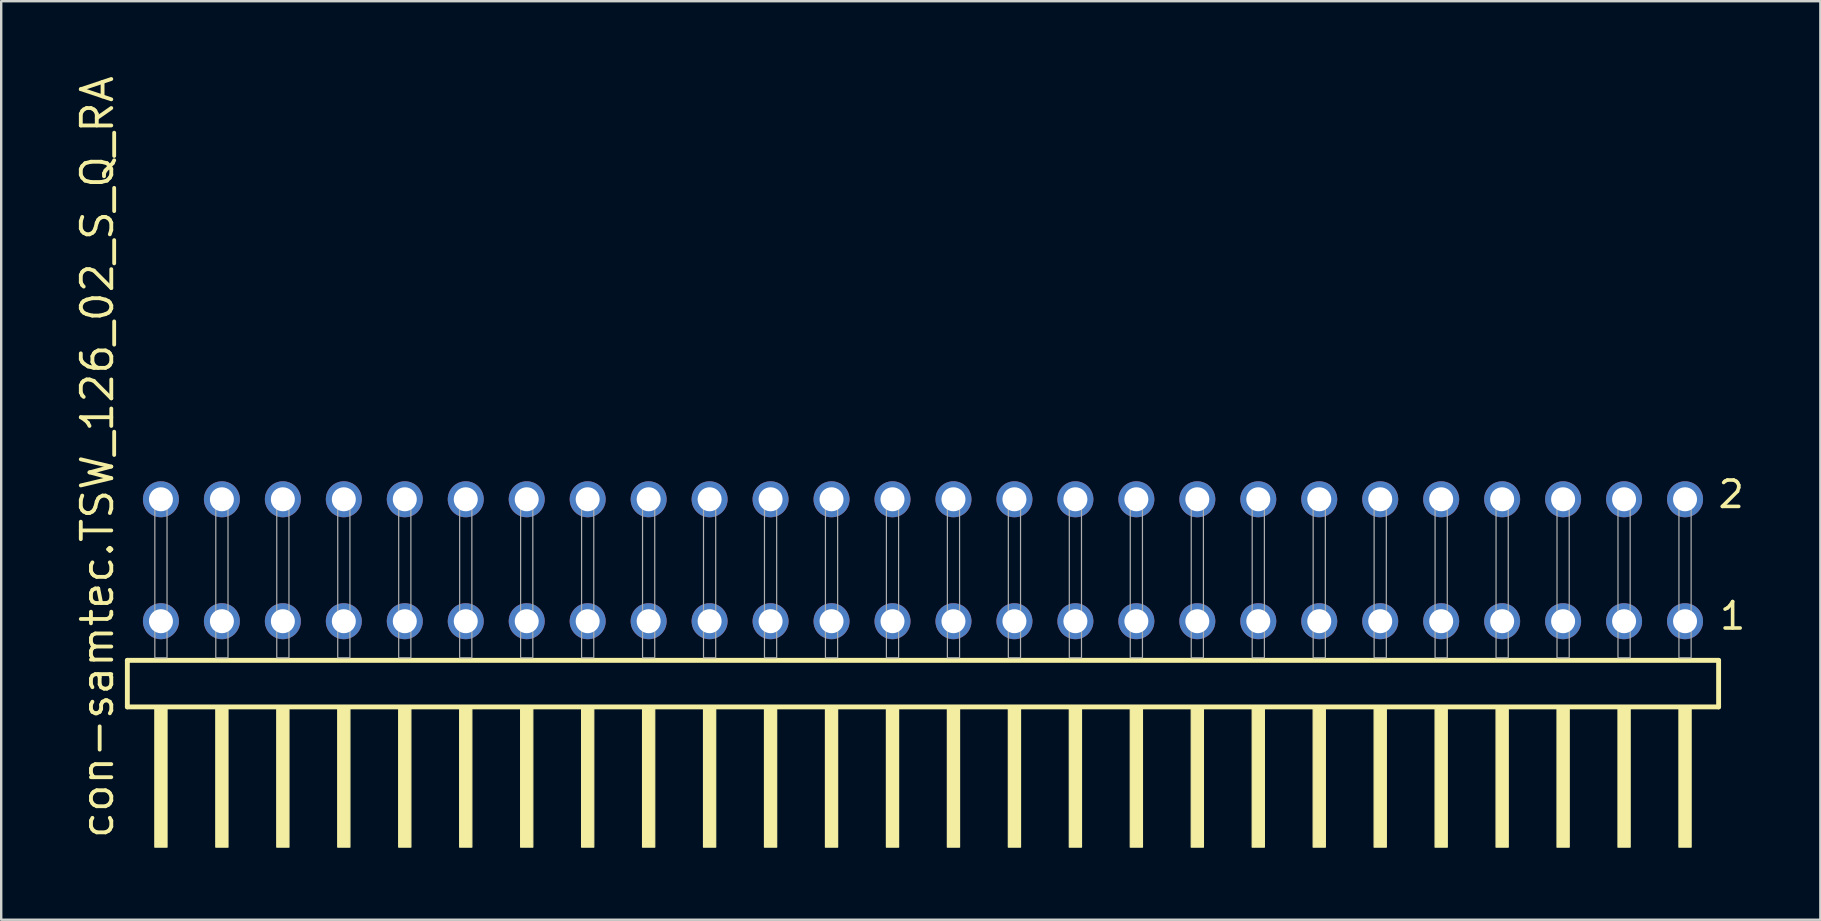
<source format=kicad_pcb>
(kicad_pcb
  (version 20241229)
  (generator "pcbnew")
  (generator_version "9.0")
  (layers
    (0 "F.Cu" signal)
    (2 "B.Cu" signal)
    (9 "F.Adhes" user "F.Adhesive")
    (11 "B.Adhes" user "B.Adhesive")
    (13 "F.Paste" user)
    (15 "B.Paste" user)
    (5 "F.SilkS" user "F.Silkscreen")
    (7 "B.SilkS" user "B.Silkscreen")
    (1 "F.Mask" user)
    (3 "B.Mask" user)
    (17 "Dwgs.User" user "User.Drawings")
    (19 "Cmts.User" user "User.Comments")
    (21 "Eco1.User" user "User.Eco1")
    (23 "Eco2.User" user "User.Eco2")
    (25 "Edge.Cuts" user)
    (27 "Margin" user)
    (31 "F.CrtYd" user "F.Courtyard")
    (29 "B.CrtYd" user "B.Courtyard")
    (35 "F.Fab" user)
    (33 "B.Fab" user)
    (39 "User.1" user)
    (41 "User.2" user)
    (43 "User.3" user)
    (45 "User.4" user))
  (footprint "con-samtec.TSW_126_02_S_Q_RA"
    (layer "F.Cu")
    (at 35.405 24.356)
    (property "Reference" "con-samtec.TSW_126_02_S_Q_RA" (at -33.655 7.62 90) (layer "F.SilkS") (effects (font (size 1.27 1.27) (thickness 0.16)) (justify left bottom)))
    (attr through_hole)
    (fp_line (start -33.149 0.106) (end -33.149 2.046) (stroke (width 0.203) (type default)) (layer "F.SilkS"))
    (fp_line (start -33.149 2.046) (end 33.149 2.046) (stroke (width 0.203) (type default)) (layer "F.SilkS"))
    (fp_line (start 33.149 0.106) (end -33.149 0.106) (stroke (width 0.203) (type default)) (layer "F.SilkS"))
    (fp_line (start 33.149 2.046) (end 33.149 0.106) (stroke (width 0.203) (type default)) (layer "F.SilkS"))
    (fp_rect (start -32.004 7.89) (end -31.496 2.04) (stroke (width 0.05) (type default)) (fill yes) (layer "F.SilkS"))
    (fp_rect (start -29.464 7.89) (end -28.956 2.04) (stroke (width 0.05) (type default)) (fill yes) (layer "F.SilkS"))
    (fp_rect (start -26.924 7.89) (end -26.416 2.04) (stroke (width 0.05) (type default)) (fill yes) (layer "F.SilkS"))
    (fp_rect (start -24.384 7.89) (end -23.876 2.04) (stroke (width 0.05) (type default)) (fill yes) (layer "F.SilkS"))
    (fp_rect (start -21.844 7.89) (end -21.336 2.04) (stroke (width 0.05) (type default)) (fill yes) (layer "F.SilkS"))
    (fp_rect (start -19.304 7.89) (end -18.796 2.04) (stroke (width 0.05) (type default)) (fill yes) (layer "F.SilkS"))
    (fp_rect (start -16.764 7.89) (end -16.256 2.04) (stroke (width 0.05) (type default)) (fill yes) (layer "F.SilkS"))
    (fp_rect (start -14.224 7.89) (end -13.716 2.04) (stroke (width 0.05) (type default)) (fill yes) (layer "F.SilkS"))
    (fp_rect (start -11.684 7.89) (end -11.176 2.04) (stroke (width 0.05) (type default)) (fill yes) (layer "F.SilkS"))
    (fp_rect (start -9.144 7.89) (end -8.636 2.04) (stroke (width 0.05) (type default)) (fill yes) (layer "F.SilkS"))
    (fp_rect (start -6.604 7.89) (end -6.096 2.04) (stroke (width 0.05) (type default)) (fill yes) (layer "F.SilkS"))
    (fp_rect (start -4.064 7.89) (end -3.556 2.04) (stroke (width 0.05) (type default)) (fill yes) (layer "F.SilkS"))
    (fp_rect (start -1.524 7.89) (end -1.016 2.04) (stroke (width 0.05) (type default)) (fill yes) (layer "F.SilkS"))
    (fp_rect (start 1.016 7.89) (end 1.524 2.04) (stroke (width 0.05) (type default)) (fill yes) (layer "F.SilkS"))
    (fp_rect (start 3.556 7.89) (end 4.064 2.04) (stroke (width 0.05) (type default)) (fill yes) (layer "F.SilkS"))
    (fp_rect (start 6.096 7.89) (end 6.604 2.04) (stroke (width 0.05) (type default)) (fill yes) (layer "F.SilkS"))
    (fp_rect (start 8.636 7.89) (end 9.144 2.04) (stroke (width 0.05) (type default)) (fill yes) (layer "F.SilkS"))
    (fp_rect (start 11.176 7.89) (end 11.684 2.04) (stroke (width 0.05) (type default)) (fill yes) (layer "F.SilkS"))
    (fp_rect (start 13.716 7.89) (end 14.224 2.04) (stroke (width 0.05) (type default)) (fill yes) (layer "F.SilkS"))
    (fp_rect (start 16.256 7.89) (end 16.764 2.04) (stroke (width 0.05) (type default)) (fill yes) (layer "F.SilkS"))
    (fp_rect (start 18.796 7.89) (end 19.304 2.04) (stroke (width 0.05) (type default)) (fill yes) (layer "F.SilkS"))
    (fp_rect (start 21.336 7.89) (end 21.844 2.04) (stroke (width 0.05) (type default)) (fill yes) (layer "F.SilkS"))
    (fp_rect (start 23.876 7.89) (end 24.384 2.04) (stroke (width 0.05) (type default)) (fill yes) (layer "F.SilkS"))
    (fp_rect (start 26.416 7.89) (end 26.924 2.04) (stroke (width 0.05) (type default)) (fill yes) (layer "F.SilkS"))
    (fp_rect (start 28.956 7.89) (end 29.464 2.04) (stroke (width 0.05) (type default)) (fill yes) (layer "F.SilkS"))
    (fp_rect (start 31.496 7.89) (end 32.004 2.04) (stroke (width 0.05) (type default)) (fill yes) (layer "F.SilkS"))
    (fp_rect (start -32.004 0) (end -31.496 -6.858) (stroke (width 0.05) (type default)) (fill no) (layer "F.Fab"))
    (fp_rect (start -29.464 0) (end -28.956 -6.858) (stroke (width 0.05) (type default)) (fill no) (layer "F.Fab"))
    (fp_rect (start -26.924 0) (end -26.416 -6.858) (stroke (width 0.05) (type default)) (fill no) (layer "F.Fab"))
    (fp_rect (start -24.384 0) (end -23.876 -6.858) (stroke (width 0.05) (type default)) (fill no) (layer "F.Fab"))
    (fp_rect (start -21.844 0) (end -21.336 -6.858) (stroke (width 0.05) (type default)) (fill no) (layer "F.Fab"))
    (fp_rect (start -19.304 0) (end -18.796 -6.858) (stroke (width 0.05) (type default)) (fill no) (layer "F.Fab"))
    (fp_rect (start -16.764 0) (end -16.256 -6.858) (stroke (width 0.05) (type default)) (fill no) (layer "F.Fab"))
    (fp_rect (start -14.224 0) (end -13.716 -6.858) (stroke (width 0.05) (type default)) (fill no) (layer "F.Fab"))
    (fp_rect (start -11.684 0) (end -11.176 -6.858) (stroke (width 0.05) (type default)) (fill no) (layer "F.Fab"))
    (fp_rect (start -9.144 0) (end -8.636 -6.858) (stroke (width 0.05) (type default)) (fill no) (layer "F.Fab"))
    (fp_rect (start -6.604 0) (end -6.096 -6.858) (stroke (width 0.05) (type default)) (fill no) (layer "F.Fab"))
    (fp_rect (start -4.064 0) (end -3.556 -6.858) (stroke (width 0.05) (type default)) (fill no) (layer "F.Fab"))
    (fp_rect (start -1.524 0) (end -1.016 -6.858) (stroke (width 0.05) (type default)) (fill no) (layer "F.Fab"))
    (fp_rect (start 1.016 0) (end 1.524 -6.858) (stroke (width 0.05) (type default)) (fill no) (layer "F.Fab"))
    (fp_rect (start 3.556 0) (end 4.064 -6.858) (stroke (width 0.05) (type default)) (fill no) (layer "F.Fab"))
    (fp_rect (start 6.096 0) (end 6.604 -6.858) (stroke (width 0.05) (type default)) (fill no) (layer "F.Fab"))
    (fp_rect (start 8.636 0) (end 9.144 -6.858) (stroke (width 0.05) (type default)) (fill no) (layer "F.Fab"))
    (fp_rect (start 11.176 0) (end 11.684 -6.858) (stroke (width 0.05) (type default)) (fill no) (layer "F.Fab"))
    (fp_rect (start 13.716 0) (end 14.224 -6.858) (stroke (width 0.05) (type default)) (fill no) (layer "F.Fab"))
    (fp_rect (start 16.256 0) (end 16.764 -6.858) (stroke (width 0.05) (type default)) (fill no) (layer "F.Fab"))
    (fp_rect (start 18.796 0) (end 19.304 -6.858) (stroke (width 0.05) (type default)) (fill no) (layer "F.Fab"))
    (fp_rect (start 21.336 0) (end 21.844 -6.858) (stroke (width 0.05) (type default)) (fill no) (layer "F.Fab"))
    (fp_rect (start 23.876 0) (end 24.384 -6.858) (stroke (width 0.05) (type default)) (fill no) (layer "F.Fab"))
    (fp_rect (start 26.416 0) (end 26.924 -6.858) (stroke (width 0.05) (type default)) (fill no) (layer "F.Fab"))
    (fp_rect (start 28.956 0) (end 29.464 -6.858) (stroke (width 0.05) (type default)) (fill no) (layer "F.Fab"))
    (fp_rect (start 31.496 0) (end 32.004 -6.858) (stroke (width 0.05) (type default)) (fill no) (layer "F.Fab"))
    (fp_text user "2" (at 33.05 -6.165 0) (layer "F.SilkS") (effects (font (size 1.1 1.1) (thickness 0.15)) (justify left bottom)))
    (fp_text user "1" (at 33.11 -1.1 0) (layer "F.SilkS") (effects (font (size 1.1 1.1) (thickness 0.15)) (justify left bottom)))
    (pad "1" thru_hole circle (at 31.75 -1.524 180) (size 1.5 1.5) (drill 1) (layers "*.Cu" "*.Mask"))
    (pad "2" thru_hole circle (at 31.75 -6.604 180) (size 1.5 1.5) (drill 1) (layers "*.Cu" "*.Mask"))
    (pad "3" thru_hole circle (at 29.21 -1.524 180) (size 1.5 1.5) (drill 1) (layers "*.Cu" "*.Mask"))
    (pad "4" thru_hole circle (at 29.21 -6.604 180) (size 1.5 1.5) (drill 1) (layers "*.Cu" "*.Mask"))
    (pad "5" thru_hole circle (at 26.67 -1.524 180) (size 1.5 1.5) (drill 1) (layers "*.Cu" "*.Mask"))
    (pad "6" thru_hole circle (at 26.67 -6.604 180) (size 1.5 1.5) (drill 1) (layers "*.Cu" "*.Mask"))
    (pad "7" thru_hole circle (at 24.13 -1.524 180) (size 1.5 1.5) (drill 1) (layers "*.Cu" "*.Mask"))
    (pad "8" thru_hole circle (at 24.13 -6.604 180) (size 1.5 1.5) (drill 1) (layers "*.Cu" "*.Mask"))
    (pad "9" thru_hole circle (at 21.59 -1.524 180) (size 1.5 1.5) (drill 1) (layers "*.Cu" "*.Mask"))
    (pad "10" thru_hole circle (at 21.59 -6.604 180) (size 1.5 1.5) (drill 1) (layers "*.Cu" "*.Mask"))
    (pad "11" thru_hole circle (at 19.05 -1.524 180) (size 1.5 1.5) (drill 1) (layers "*.Cu" "*.Mask"))
    (pad "12" thru_hole circle (at 19.05 -6.604 180) (size 1.5 1.5) (drill 1) (layers "*.Cu" "*.Mask"))
    (pad "13" thru_hole circle (at 16.51 -1.524 180) (size 1.5 1.5) (drill 1) (layers "*.Cu" "*.Mask"))
    (pad "14" thru_hole circle (at 16.51 -6.604 180) (size 1.5 1.5) (drill 1) (layers "*.Cu" "*.Mask"))
    (pad "15" thru_hole circle (at 13.97 -1.524 180) (size 1.5 1.5) (drill 1) (layers "*.Cu" "*.Mask"))
    (pad "16" thru_hole circle (at 13.97 -6.604 180) (size 1.5 1.5) (drill 1) (layers "*.Cu" "*.Mask"))
    (pad "17" thru_hole circle (at 11.43 -1.524 180) (size 1.5 1.5) (drill 1) (layers "*.Cu" "*.Mask"))
    (pad "18" thru_hole circle (at 11.43 -6.604 180) (size 1.5 1.5) (drill 1) (layers "*.Cu" "*.Mask"))
    (pad "19" thru_hole circle (at 8.89 -1.524 180) (size 1.5 1.5) (drill 1) (layers "*.Cu" "*.Mask"))
    (pad "20" thru_hole circle (at 8.89 -6.604 180) (size 1.5 1.5) (drill 1) (layers "*.Cu" "*.Mask"))
    (pad "21" thru_hole circle (at 6.35 -1.524 180) (size 1.5 1.5) (drill 1) (layers "*.Cu" "*.Mask"))
    (pad "22" thru_hole circle (at 6.35 -6.604 180) (size 1.5 1.5) (drill 1) (layers "*.Cu" "*.Mask"))
    (pad "23" thru_hole circle (at 3.81 -1.524 180) (size 1.5 1.5) (drill 1) (layers "*.Cu" "*.Mask"))
    (pad "24" thru_hole circle (at 3.81 -6.604 180) (size 1.5 1.5) (drill 1) (layers "*.Cu" "*.Mask"))
    (pad "25" thru_hole circle (at 1.27 -1.524 180) (size 1.5 1.5) (drill 1) (layers "*.Cu" "*.Mask"))
    (pad "26" thru_hole circle (at 1.27 -6.604 180) (size 1.5 1.5) (drill 1) (layers "*.Cu" "*.Mask"))
    (pad "27" thru_hole circle (at -1.27 -1.524 180) (size 1.5 1.5) (drill 1) (layers "*.Cu" "*.Mask"))
    (pad "28" thru_hole circle (at -1.27 -6.604 180) (size 1.5 1.5) (drill 1) (layers "*.Cu" "*.Mask"))
    (pad "29" thru_hole circle (at -3.81 -1.524 180) (size 1.5 1.5) (drill 1) (layers "*.Cu" "*.Mask"))
    (pad "30" thru_hole circle (at -3.81 -6.604 180) (size 1.5 1.5) (drill 1) (layers "*.Cu" "*.Mask"))
    (pad "31" thru_hole circle (at -6.35 -1.524 180) (size 1.5 1.5) (drill 1) (layers "*.Cu" "*.Mask"))
    (pad "32" thru_hole circle (at -6.35 -6.604 180) (size 1.5 1.5) (drill 1) (layers "*.Cu" "*.Mask"))
    (pad "33" thru_hole circle (at -8.89 -1.524 180) (size 1.5 1.5) (drill 1) (layers "*.Cu" "*.Mask"))
    (pad "34" thru_hole circle (at -8.89 -6.604 180) (size 1.5 1.5) (drill 1) (layers "*.Cu" "*.Mask"))
    (pad "35" thru_hole circle (at -11.43 -1.524 180) (size 1.5 1.5) (drill 1) (layers "*.Cu" "*.Mask"))
    (pad "36" thru_hole circle (at -11.43 -6.604 180) (size 1.5 1.5) (drill 1) (layers "*.Cu" "*.Mask"))
    (pad "37" thru_hole circle (at -13.97 -1.524 180) (size 1.5 1.5) (drill 1) (layers "*.Cu" "*.Mask"))
    (pad "38" thru_hole circle (at -13.97 -6.604 180) (size 1.5 1.5) (drill 1) (layers "*.Cu" "*.Mask"))
    (pad "39" thru_hole circle (at -16.51 -1.524 180) (size 1.5 1.5) (drill 1) (layers "*.Cu" "*.Mask"))
    (pad "40" thru_hole circle (at -16.51 -6.604 180) (size 1.5 1.5) (drill 1) (layers "*.Cu" "*.Mask"))
    (pad "41" thru_hole circle (at -19.05 -1.524 180) (size 1.5 1.5) (drill 1) (layers "*.Cu" "*.Mask"))
    (pad "42" thru_hole circle (at -19.05 -6.604 180) (size 1.5 1.5) (drill 1) (layers "*.Cu" "*.Mask"))
    (pad "43" thru_hole circle (at -21.59 -1.524 180) (size 1.5 1.5) (drill 1) (layers "*.Cu" "*.Mask"))
    (pad "44" thru_hole circle (at -21.59 -6.604 180) (size 1.5 1.5) (drill 1) (layers "*.Cu" "*.Mask"))
    (pad "45" thru_hole circle (at -24.13 -1.524 180) (size 1.5 1.5) (drill 1) (layers "*.Cu" "*.Mask"))
    (pad "46" thru_hole circle (at -24.13 -6.604 180) (size 1.5 1.5) (drill 1) (layers "*.Cu" "*.Mask"))
    (pad "47" thru_hole circle (at -26.67 -1.524 180) (size 1.5 1.5) (drill 1) (layers "*.Cu" "*.Mask"))
    (pad "48" thru_hole circle (at -26.67 -6.604 180) (size 1.5 1.5) (drill 1) (layers "*.Cu" "*.Mask"))
    (pad "49" thru_hole circle (at -29.21 -1.524 180) (size 1.5 1.5) (drill 1) (layers "*.Cu" "*.Mask"))
    (pad "50" thru_hole circle (at -29.21 -6.604 180) (size 1.5 1.5) (drill 1) (layers "*.Cu" "*.Mask"))
    (pad "51" thru_hole circle (at -31.75 -1.524 180) (size 1.5 1.5) (drill 1) (layers "*.Cu" "*.Mask"))
    (pad "52" thru_hole circle (at -31.75 -6.604 180) (size 1.5 1.5) (drill 1) (layers "*.Cu" "*.Mask")))
  (gr_rect
    (start -3 -3)
    (end 72.793 35.271)
    (stroke (width 0.1) (type default))
    (fill no)
    (layer "Edge.Cuts")))
</source>
